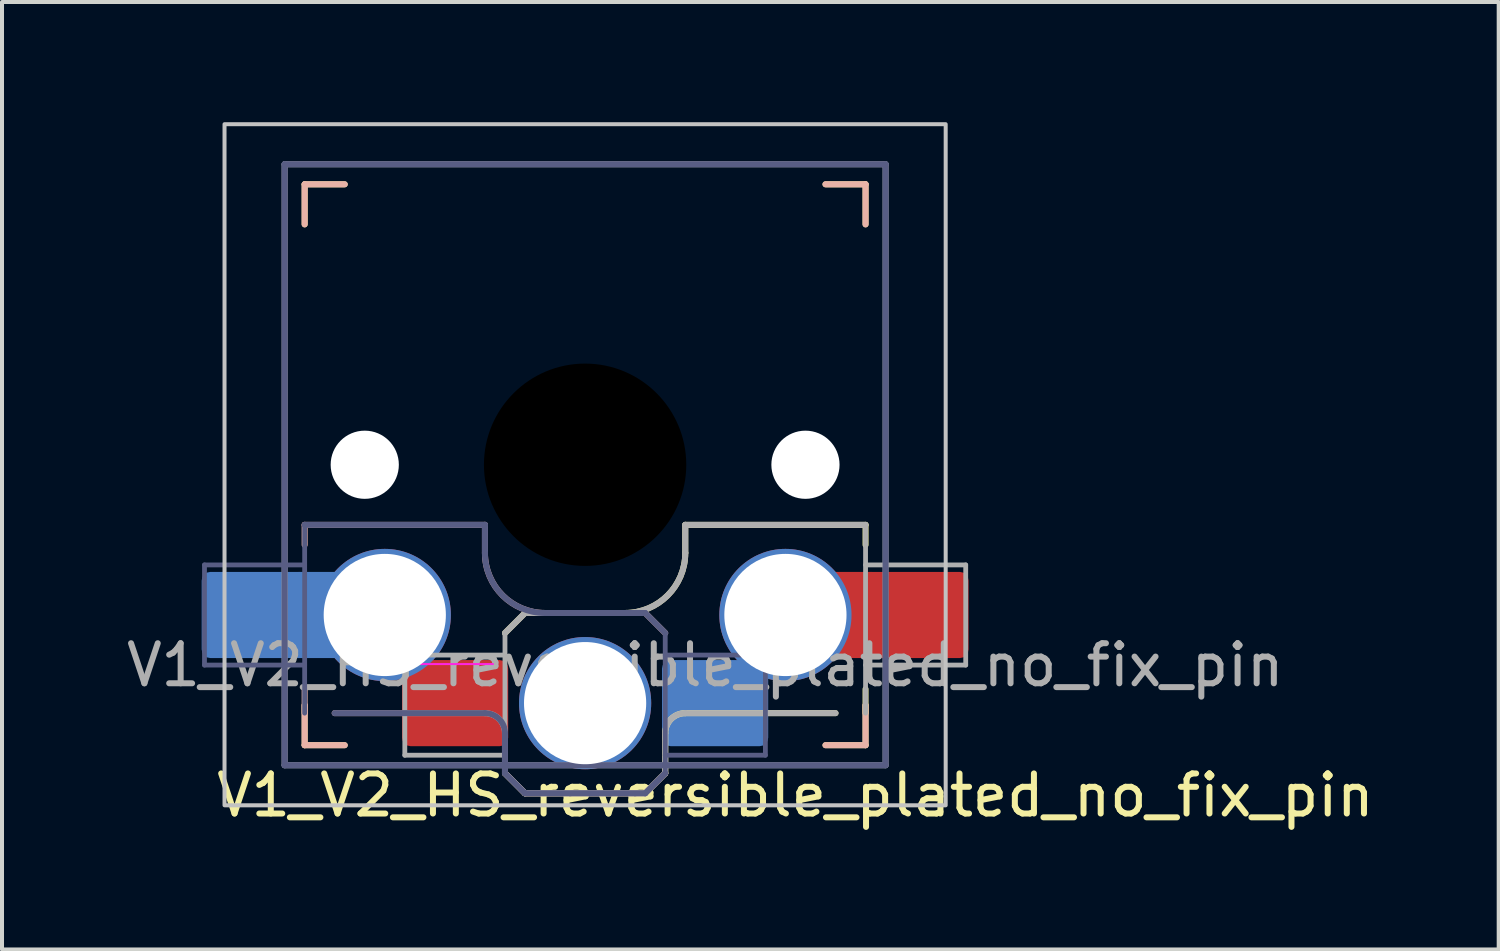
<source format=kicad_pcb>
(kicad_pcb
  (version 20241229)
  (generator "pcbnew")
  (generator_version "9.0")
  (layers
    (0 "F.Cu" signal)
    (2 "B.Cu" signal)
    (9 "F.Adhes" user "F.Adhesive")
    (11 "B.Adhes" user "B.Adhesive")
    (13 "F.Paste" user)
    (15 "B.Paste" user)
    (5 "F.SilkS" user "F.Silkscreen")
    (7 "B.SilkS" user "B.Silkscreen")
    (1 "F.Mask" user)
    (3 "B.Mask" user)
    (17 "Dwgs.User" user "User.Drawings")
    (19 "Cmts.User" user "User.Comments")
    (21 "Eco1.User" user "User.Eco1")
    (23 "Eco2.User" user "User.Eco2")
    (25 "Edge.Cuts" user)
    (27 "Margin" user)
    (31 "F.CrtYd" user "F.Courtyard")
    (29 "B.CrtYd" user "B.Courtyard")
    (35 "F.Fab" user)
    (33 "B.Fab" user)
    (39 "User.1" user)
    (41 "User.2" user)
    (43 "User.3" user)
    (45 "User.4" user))
  (footprint "V1_V2_HS_reversible_plated_no_fix_pin"
    (layer "F.Cu")
    (at 11.554 8.55)
    (property "Reference" "V1_V2_HS_reversible_plated_no_fix_pin" (at 5.25 8.25 0) (layer "F.SilkS") (effects (font (size 1 1) (thickness 0.15))))
    (attr smd)
    (fp_line (start -7 -7) (end -6 -7) (stroke (width 0.15) (type solid)) (layer "F.SilkS"))
    (fp_line (start -7 -6) (end -7 -7) (stroke (width 0.15) (type solid)) (layer "F.SilkS"))
    (fp_line (start -7 7) (end -7 6) (stroke (width 0.15) (type solid)) (layer "F.SilkS"))
    (fp_line (start -6 7) (end -7 7) (stroke (width 0.15) (type solid)) (layer "F.SilkS"))
    (fp_line (start -2 4.2) (end -1.5 3.7) (stroke (width 0.15) (type solid)) (layer "F.SilkS"))
    (fp_line (start -2 7.7) (end -1.5 8.2) (stroke (width 0.15) (type solid)) (layer "F.SilkS"))
    (fp_line (start -1.5 3.7) (end 1 3.7) (stroke (width 0.15) (type solid)) (layer "F.SilkS"))
    (fp_line (start -1.5 8.2) (end 1.5 8.2) (stroke (width 0.15) (type solid)) (layer "F.SilkS"))
    (fp_line (start 1.5 8.2) (end 2 7.7) (stroke (width 0.15) (type solid)) (layer "F.SilkS"))
    (fp_line (start 2 6.7) (end 2 7.7) (stroke (width 0.15) (type solid)) (layer "F.SilkS"))
    (fp_line (start 2.5 1.5) (end 7 1.5) (stroke (width 0.15) (type solid)) (layer "F.SilkS"))
    (fp_line (start 2.5 2.2) (end 2.5 1.5) (stroke (width 0.15) (type solid)) (layer "F.SilkS"))
    (fp_line (start 6 -7) (end 7 -7) (stroke (width 0.15) (type solid)) (layer "F.SilkS"))
    (fp_line (start 6.25 6.2) (end 2.5 6.2) (stroke (width 0.15) (type solid)) (layer "F.SilkS"))
    (fp_line (start 7 -7) (end 7 -6) (stroke (width 0.15) (type solid)) (layer "F.SilkS"))
    (fp_line (start 7 1.5) (end 7 2) (stroke (width 0.15) (type solid)) (layer "F.SilkS"))
    (fp_line (start 7 5.6) (end 7 6.2) (stroke (width 0.15) (type solid)) (layer "F.SilkS"))
    (fp_line (start 7 6) (end 7 7) (stroke (width 0.15) (type solid)) (layer "F.SilkS"))
    (fp_line (start 7 7) (end 6 7) (stroke (width 0.15) (type solid)) (layer "F.SilkS"))
    (fp_arc (start 2 6.7) (mid 2.146447 6.346447) (end 2.5 6.2) (stroke (width 0.15) (type solid)) (layer "F.SilkS"))
    (fp_arc (start 2.5 2.2) (mid 2.06066 3.26066) (end 1 3.7) (stroke (width 0.15) (type solid)) (layer "F.SilkS"))
    (fp_line (start -7 -7) (end -6 -7) (stroke (width 0.15) (type solid)) (layer "B.SilkS"))
    (fp_line (start -7 -6) (end -7 -7) (stroke (width 0.15) (type solid)) (layer "B.SilkS"))
    (fp_line (start -7 1.5) (end -7 2) (stroke (width 0.15) (type solid)) (layer "B.SilkS"))
    (fp_line (start -7 5.6) (end -7 6.2) (stroke (width 0.15) (type solid)) (layer "B.SilkS"))
    (fp_line (start -7 7) (end -7 6) (stroke (width 0.15) (type solid)) (layer "B.SilkS"))
    (fp_line (start -6.25 6.2) (end -2.5 6.2) (stroke (width 0.15) (type solid)) (layer "B.SilkS"))
    (fp_line (start -6 7) (end -7 7) (stroke (width 0.15) (type solid)) (layer "B.SilkS"))
    (fp_line (start -2.5 1.5) (end -7 1.5) (stroke (width 0.15) (type solid)) (layer "B.SilkS"))
    (fp_line (start -2.5 2.2) (end -2.5 1.5) (stroke (width 0.15) (type solid)) (layer "B.SilkS"))
    (fp_line (start -2 6.7) (end -2 7.7) (stroke (width 0.15) (type solid)) (layer "B.SilkS"))
    (fp_line (start -1.5 8.2) (end -2 7.7) (stroke (width 0.15) (type solid)) (layer "B.SilkS"))
    (fp_line (start 1.5 3.7) (end -1 3.7) (stroke (width 0.15) (type solid)) (layer "B.SilkS"))
    (fp_line (start 1.5 8.2) (end -1.5 8.2) (stroke (width 0.15) (type solid)) (layer "B.SilkS"))
    (fp_line (start 2 4.2) (end 1.5 3.7) (stroke (width 0.15) (type solid)) (layer "B.SilkS"))
    (fp_line (start 2 7.7) (end 1.5 8.2) (stroke (width 0.15) (type solid)) (layer "B.SilkS"))
    (fp_line (start 6 -7) (end 7 -7) (stroke (width 0.15) (type solid)) (layer "B.SilkS"))
    (fp_line (start 7 -7) (end 7 -6) (stroke (width 0.15) (type solid)) (layer "B.SilkS"))
    (fp_line (start 7 6) (end 7 7) (stroke (width 0.15) (type solid)) (layer "B.SilkS"))
    (fp_line (start 7 7) (end 6 7) (stroke (width 0.15) (type solid)) (layer "B.SilkS"))
    (fp_arc (start -2.5 6.2) (mid -2.146447 6.346447) (end -2 6.7) (stroke (width 0.15) (type solid)) (layer "B.SilkS"))
    (fp_arc (start -1 3.7) (mid -2.06066 3.26066) (end -2.5 2.2) (stroke (width 0.15) (type solid)) (layer "B.SilkS"))
    (fp_rect (start -9 -8.5) (end 9 8.5) (stroke (width 0.1) (type default)) (fill no) (layer "Dwgs.User"))
    (fp_line (start -6.9 6.9) (end -6.9 -6.9) (stroke (width 0.15) (type solid)) (layer "Eco2.User"))
    (fp_line (start -6.9 6.9) (end 6.9 6.9) (stroke (width 0.15) (type solid)) (layer "Eco2.User"))
    (fp_line (start -2.6 -3.1) (end -2.6 -6.3) (stroke (width 0.15) (type solid)) (layer "Eco2.User"))
    (fp_line (start -2.6 -3.1) (end 2.6 -3.1) (stroke (width 0.15) (type solid)) (layer "Eco2.User"))
    (fp_line (start 2.6 -6.3) (end -2.6 -6.3) (stroke (width 0.15) (type solid)) (layer "Eco2.User"))
    (fp_line (start 2.6 -3.1) (end 2.6 -6.3) (stroke (width 0.15) (type solid)) (layer "Eco2.User"))
    (fp_line (start 6.9 -6.9) (end -6.9 -6.9) (stroke (width 0.15) (type solid)) (layer "Eco2.User"))
    (fp_line (start 6.9 -6.9) (end 6.9 6.9) (stroke (width 0.15) (type solid)) (layer "Eco2.User"))
    (fp_line (start -4.104 4.975) (end -2.3 4.975) (stroke (width 0.05) (type solid)) (layer "F.CrtYd"))
    (fp_line (start -9.5 2.5) (end -7 2.5) (stroke (width 0.12) (type solid)) (layer "B.Fab"))
    (fp_line (start -9.5 5) (end -9.5 2.5) (stroke (width 0.12) (type solid)) (layer "B.Fab"))
    (fp_line (start -7.5 -7.5) (end 7.5 -7.5) (stroke (width 0.15) (type solid)) (layer "B.Fab"))
    (fp_line (start -7.5 7.5) (end -7.5 -7.5) (stroke (width 0.15) (type solid)) (layer "B.Fab"))
    (fp_line (start -7 1.5) (end -7 6.2) (stroke (width 0.12) (type solid)) (layer "B.Fab"))
    (fp_line (start -7 5) (end -9.5 5) (stroke (width 0.12) (type solid)) (layer "B.Fab"))
    (fp_line (start -6.25 6.2) (end -2.5 6.2) (stroke (width 0.15) (type solid)) (layer "B.Fab"))
    (fp_line (start -2.5 1.5) (end -7 1.5) (stroke (width 0.15) (type solid)) (layer "B.Fab"))
    (fp_line (start -2.5 2.2) (end -2.5 1.5) (stroke (width 0.15) (type solid)) (layer "B.Fab"))
    (fp_line (start -2 6.7) (end -2 7.7) (stroke (width 0.15) (type solid)) (layer "B.Fab"))
    (fp_line (start -1.5 8.2) (end -2 7.7) (stroke (width 0.15) (type solid)) (layer "B.Fab"))
    (fp_line (start 1.5 3.7) (end -1 3.7) (stroke (width 0.15) (type solid)) (layer "B.Fab"))
    (fp_line (start 1.5 8.2) (end -1.5 8.2) (stroke (width 0.15) (type solid)) (layer "B.Fab"))
    (fp_line (start 2 4.2) (end 1.5 3.7) (stroke (width 0.15) (type solid)) (layer "B.Fab"))
    (fp_line (start 2 4.25) (end 2 7.7) (stroke (width 0.12) (type solid)) (layer "B.Fab"))
    (fp_line (start 2 4.75) (end 4.5 4.75) (stroke (width 0.12) (type solid)) (layer "B.Fab"))
    (fp_line (start 2 7.7) (end 1.5 8.2) (stroke (width 0.15) (type solid)) (layer "B.Fab"))
    (fp_line (start 4.5 4.75) (end 4.5 7.25) (stroke (width 0.12) (type solid)) (layer "B.Fab"))
    (fp_line (start 4.5 7.25) (end 2 7.25) (stroke (width 0.12) (type solid)) (layer "B.Fab"))
    (fp_line (start 7.5 -7.5) (end 7.5 7.5) (stroke (width 0.15) (type solid)) (layer "B.Fab"))
    (fp_line (start 7.5 7.5) (end -7.5 7.5) (stroke (width 0.15) (type solid)) (layer "B.Fab"))
    (fp_arc (start -2.5 6.2) (mid -2.146447 6.346447) (end -2 6.7) (stroke (width 0.15) (type solid)) (layer "B.Fab"))
    (fp_arc (start -1 3.7) (mid -2.06066 3.26066) (end -2.5 2.2) (stroke (width 0.15) (type solid)) (layer "B.Fab"))
    (fp_line (start -7.5 -7.5) (end 7.5 -7.5) (stroke (width 0.15) (type solid)) (layer "F.Fab"))
    (fp_line (start -7.5 7.5) (end -7.5 -7.5) (stroke (width 0.15) (type solid)) (layer "F.Fab"))
    (fp_line (start -4.5 4.75) (end -4.5 7.25) (stroke (width 0.12) (type solid)) (layer "F.Fab"))
    (fp_line (start -4.5 7.25) (end -2 7.25) (stroke (width 0.12) (type solid)) (layer "F.Fab"))
    (fp_line (start -2 4.2) (end -1.5 3.7) (stroke (width 0.15) (type solid)) (layer "F.Fab"))
    (fp_line (start -2 4.25) (end -2 7.7) (stroke (width 0.12) (type solid)) (layer "F.Fab"))
    (fp_line (start -2 4.75) (end -4.5 4.75) (stroke (width 0.12) (type solid)) (layer "F.Fab"))
    (fp_line (start -2 7.7) (end -1.5 8.2) (stroke (width 0.15) (type solid)) (layer "F.Fab"))
    (fp_line (start -1.5 3.7) (end 1 3.7) (stroke (width 0.15) (type solid)) (layer "F.Fab"))
    (fp_line (start -1.5 8.2) (end 1.5 8.2) (stroke (width 0.15) (type solid)) (layer "F.Fab"))
    (fp_line (start 1.5 8.2) (end 2 7.7) (stroke (width 0.15) (type solid)) (layer "F.Fab"))
    (fp_line (start 2 6.7) (end 2 7.7) (stroke (width 0.15) (type solid)) (layer "F.Fab"))
    (fp_line (start 2.5 1.5) (end 7 1.5) (stroke (width 0.15) (type solid)) (layer "F.Fab"))
    (fp_line (start 2.5 2.2) (end 2.5 1.5) (stroke (width 0.15) (type solid)) (layer "F.Fab"))
    (fp_line (start 6.25 6.2) (end 2.5 6.2) (stroke (width 0.15) (type solid)) (layer "F.Fab"))
    (fp_line (start 7 1.5) (end 7 6.2) (stroke (width 0.12) (type solid)) (layer "F.Fab"))
    (fp_line (start 7 5) (end 9.5 5) (stroke (width 0.12) (type solid)) (layer "F.Fab"))
    (fp_line (start 7.5 -7.5) (end 7.5 7.5) (stroke (width 0.15) (type solid)) (layer "F.Fab"))
    (fp_line (start 7.5 7.5) (end -7.5 7.5) (stroke (width 0.15) (type solid)) (layer "F.Fab"))
    (fp_line (start 9.5 2.5) (end 7 2.5) (stroke (width 0.12) (type solid)) (layer "F.Fab"))
    (fp_line (start 9.5 5) (end 9.5 2.5) (stroke (width 0.12) (type solid)) (layer "F.Fab"))
    (fp_arc (start 2 6.7) (mid 2.146447 6.346447) (end 2.5 6.2) (stroke (width 0.15) (type solid)) (layer "F.Fab"))
    (fp_arc (start 2.5 2.2) (mid 2.06066 3.26066) (end 1 3.7) (stroke (width 0.15) (type solid)) (layer "F.Fab"))
    (fp_text user "${REFERENCE}" (at 3 5 180) (layer "F.Fab") (effects (font (size 1 1) (thickness 0.15))))
    (pad "" np_thru_hole circle (at -5.5 0) (size 1.702 1.702) (drill 1.702) (layers "*.Cu" "*.Mask"))
    (pad "" np_thru_hole circle (at 0 0) (size 5.05 5.05) (drill 5.05) (layers "*.Mask"))
    (pad "" thru_hole circle (at 0 5.95) (size 3.3 3.3) (drill 3.05) (layers "*.Cu" "*.Mask"))
    (pad "" np_thru_hole circle (at 5.5 0) (size 1.702 1.702) (drill 1.702) (layers "*.Cu" "*.Mask"))
    (pad "1" smd roundrect (at 3.245 5.95) (size 2.65 2.15) (layers "B.Cu" "B.Mask" "B.Paste") (roundrect_rratio 0.1))
    (pad "1" thru_hole circle (at 5 3.75) (size 3.3 3.3) (drill 3.05) (layers "*.Cu" "F.Mask"))
    (pad "1" smd rect (at 6.55 3.75) (size 1.2 2.15) (layers "F.Cu"))
    (pad "1" smd roundrect (at 8.245 3.75) (size 2.65 2.15) (layers "F.Cu" "F.Mask" "F.Paste") (roundrect_rratio 0.1))
    (pad "2" smd roundrect (at -8.245 3.75) (size 2.65 2.15) (layers "B.Cu" "B.Mask" "B.Paste") (roundrect_rratio 0.1))
    (pad "2" smd rect (at -6.55 3.75) (size 1.2 2.15) (layers "B.Cu"))
    (pad "2" thru_hole circle (at -5 3.75) (size 3.3 3.3) (drill 3.05) (layers "*.Cu" "B.Mask"))
    (pad "2" smd roundrect (at -3.245 5.95) (size 2.65 2.15) (layers "F.Cu" "F.Mask" "F.Paste") (roundrect_rratio 0.1)))
  (gr_rect
    (start -3 -3)
    (end 34.357 20.648)
    (stroke (width 0.1) (type default))
    (fill no)
    (layer "Edge.Cuts")))
</source>
